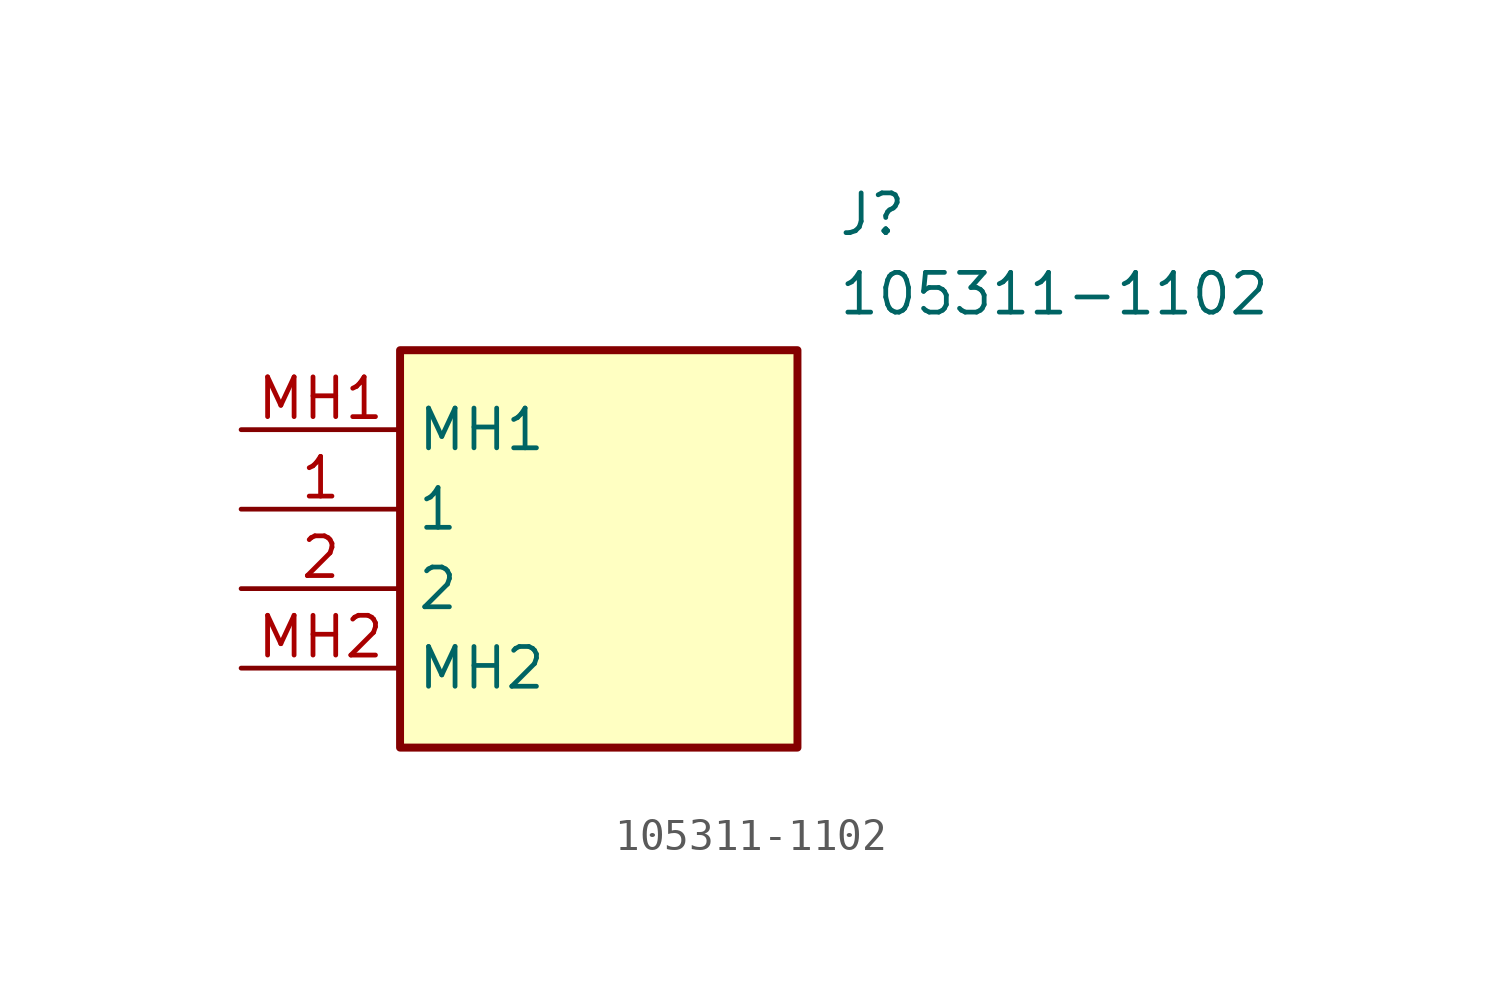
<source format=kicad_sym>
(kicad_symbol_lib
  (version 20211014)
  (generator SamacSys_ECAD_Model)
  (symbol "105311-1102"
    (property "Reference" "J"
      (at 19.05 7.62 0)
      (effects (font (size 1.27 1.27)) (justify left top)))
    (property "Value" "105311-1102"
      (at 19.05 5.08 0)
      (effects (font (size 1.27 1.27)) (justify left top)))
    (rectangle
      (start 5.08 2.54)
      (end 17.78 -10.16)
      (stroke (width 0.254) (type default))
      (fill (type background)))
    (pin passive line
      (at 0 -2.54 0)
      (length 5.08)
      (name "1" (effects (font (size 1.27 1.27))))
      (number "1" (effects (font (size 1.27 1.27)))))
    (pin passive line
      (at 0 -5.08 0)
      (length 5.08)
      (name "2" (effects (font (size 1.27 1.27))))
      (number "2" (effects (font (size 1.27 1.27)))))
    (pin passive line
      (at 0 0 0)
      (length 5.08)
      (name "MH1" (effects (font (size 1.27 1.27))))
      (number "MH1" (effects (font (size 1.27 1.27)))))
    (pin passive line
      (at 0 -7.62 0)
      (length 5.08)
      (name "MH2" (effects (font (size 1.27 1.27))))
      (number "MH2" (effects (font (size 1.27 1.27)))))))
</source>
